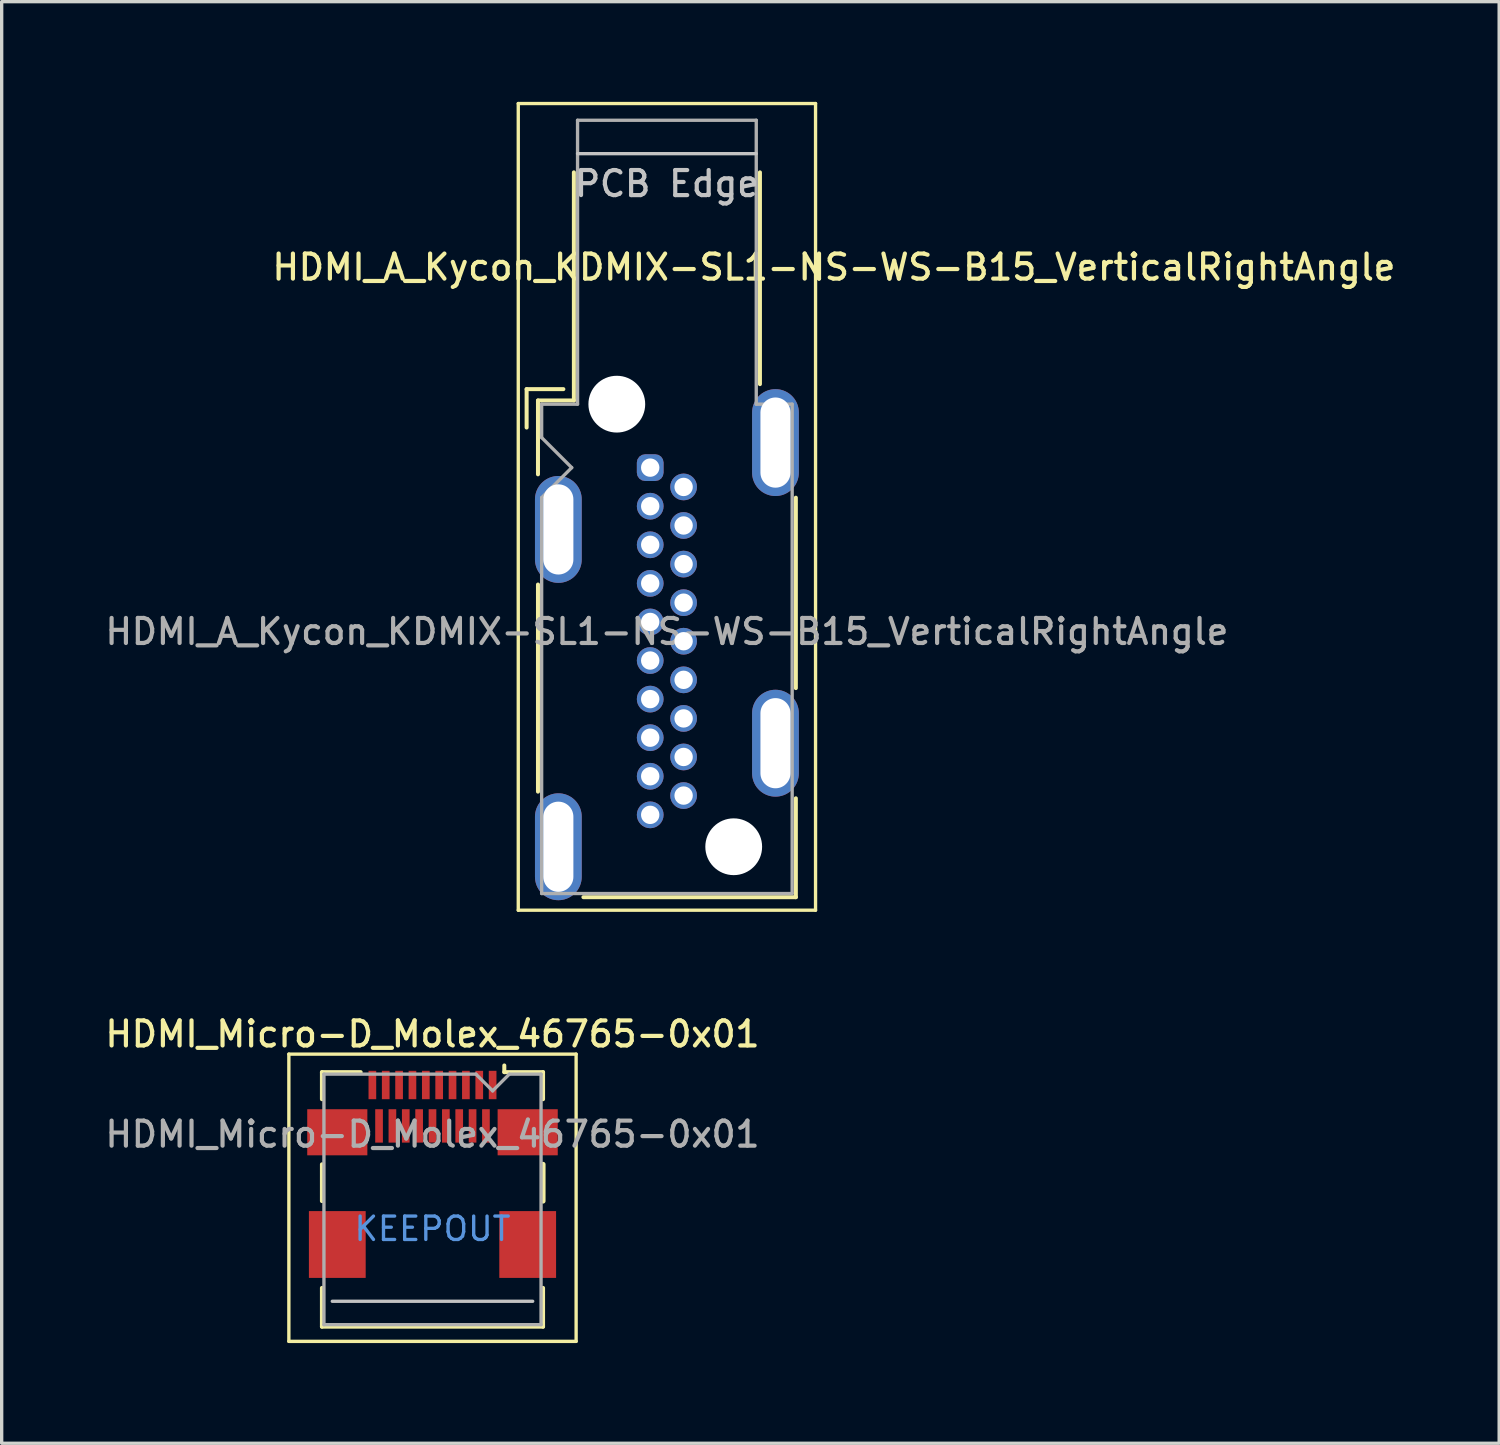
<source format=kicad_pcb>
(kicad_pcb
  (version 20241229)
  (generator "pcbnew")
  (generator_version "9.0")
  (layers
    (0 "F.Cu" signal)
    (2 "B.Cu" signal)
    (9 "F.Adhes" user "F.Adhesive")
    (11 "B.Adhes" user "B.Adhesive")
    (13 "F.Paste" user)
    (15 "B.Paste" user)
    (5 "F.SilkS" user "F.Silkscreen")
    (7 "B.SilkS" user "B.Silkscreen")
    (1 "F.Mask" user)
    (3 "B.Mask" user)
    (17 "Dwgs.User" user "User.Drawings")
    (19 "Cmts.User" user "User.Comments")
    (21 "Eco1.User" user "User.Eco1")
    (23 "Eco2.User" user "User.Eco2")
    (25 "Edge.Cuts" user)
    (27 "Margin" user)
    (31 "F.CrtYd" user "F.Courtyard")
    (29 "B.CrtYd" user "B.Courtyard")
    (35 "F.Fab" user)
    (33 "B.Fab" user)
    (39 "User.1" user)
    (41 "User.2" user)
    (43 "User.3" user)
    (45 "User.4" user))
  (footprint "HDMI_Micro-D_Molex_46765-0x01"
    (layer "F.Cu")
    (at 9.898 34.208)
    (property "Reference" "HDMI_Micro-D_Molex_46765-0x01" (at 0 -6.3 0) (layer "F.SilkS") (effects (font (size 0.75 0.75) (thickness 0.125))))
    (attr smd)
    (fp_line (start -4.3 -5.7) (end -4.3 2.9) (stroke (width 0.1) (type solid)) (layer "F.SilkS"))
    (fp_line (start -4.3 2.9) (end 4.3 2.9) (stroke (width 0.1) (type solid)) (layer "F.SilkS"))
    (fp_line (start -3.31 -5.16) (end -2.15 -5.16) (stroke (width 0.12) (type solid)) (layer "F.SilkS"))
    (fp_line (start -3.31 -4.35) (end -3.31 -5.16) (stroke (width 0.12) (type solid)) (layer "F.SilkS"))
    (fp_line (start -3.31 -1.3) (end -3.31 -2.4) (stroke (width 0.12) (type solid)) (layer "F.SilkS"))
    (fp_line (start -3.31 2.46) (end -3.31 1.3) (stroke (width 0.12) (type solid)) (layer "F.SilkS"))
    (fp_line (start -3.31 2.46) (end 3.31 2.46) (stroke (width 0.12) (type solid)) (layer "F.SilkS"))
    (fp_line (start 2.15 -5.16) (end 2.15 -5.36) (stroke (width 0.12) (type solid)) (layer "F.SilkS"))
    (fp_line (start 2.15 -5.16) (end 3.31 -5.16) (stroke (width 0.12) (type solid)) (layer "F.SilkS"))
    (fp_line (start 3.31 -5.16) (end 3.31 -4.35) (stroke (width 0.12) (type solid)) (layer "F.SilkS"))
    (fp_line (start 3.31 -2.4) (end 3.31 -1.3) (stroke (width 0.15) (type solid)) (layer "F.SilkS"))
    (fp_line (start 3.31 1.3) (end 3.31 2.46) (stroke (width 0.12) (type solid)) (layer "F.SilkS"))
    (fp_line (start 4.3 -5.7) (end -4.3 -5.7) (stroke (width 0.1) (type solid)) (layer "F.SilkS"))
    (fp_line (start 4.3 2.9) (end 4.3 -5.7) (stroke (width 0.1) (type solid)) (layer "F.SilkS"))
    (fp_line (start -3 1.7) (end 3 1.7) (stroke (width 0.1) (type solid)) (layer "Dwgs.User"))
    (fp_line (start -3.25 -5.1) (end 1.3 -5.1) (stroke (width 0.1) (type solid)) (layer "F.Fab"))
    (fp_line (start -3.25 2.4) (end -3.25 -5.1) (stroke (width 0.1) (type solid)) (layer "F.Fab"))
    (fp_line (start 1.8 -4.6) (end 1.3 -5.1) (stroke (width 0.1) (type solid)) (layer "F.Fab"))
    (fp_line (start 1.8 -4.6) (end 2.3 -5.1) (stroke (width 0.1) (type solid)) (layer "F.Fab"))
    (fp_line (start 2.3 -5.1) (end 3.25 -5.1) (stroke (width 0.1) (type solid)) (layer "F.Fab"))
    (fp_line (start 3.25 -5.1) (end 3.25 2.4) (stroke (width 0.1) (type solid)) (layer "F.Fab"))
    (fp_line (start 3.25 2.4) (end -3.25 2.4) (stroke (width 0.1) (type solid)) (layer "F.Fab"))
    (fp_text user "KEEPOUT" (at 0 -0.47 0) (layer "Cmts.User") (effects (font (size 0.7 0.7) (thickness 0.1))))
    (fp_text user "${REFERENCE}" (at 0 -3.3 0) (layer "F.Fab") (effects (font (size 0.75 0.75) (thickness 0.125))))
    (pad "1" smd rect (at 1.8 -4.775) (size 0.23 0.85) (layers "F.Cu" "F.Mask" "F.Paste"))
    (pad "2" smd rect (at 1.6 -3.55) (size 0.23 1) (layers "F.Cu" "F.Mask" "F.Paste"))
    (pad "3" smd rect (at 1.4 -4.775) (size 0.23 0.85) (layers "F.Cu" "F.Mask" "F.Paste"))
    (pad "4" smd rect (at 1.2 -3.55) (size 0.23 1) (layers "F.Cu" "F.Mask" "F.Paste"))
    (pad "5" smd rect (at 1 -4.775) (size 0.23 0.85) (layers "F.Cu" "F.Mask" "F.Paste"))
    (pad "6" smd rect (at 0.8 -3.55) (size 0.23 1) (layers "F.Cu" "F.Mask" "F.Paste"))
    (pad "7" smd rect (at 0.6 -4.775) (size 0.23 0.85) (layers "F.Cu" "F.Mask" "F.Paste"))
    (pad "8" smd rect (at 0.4 -3.55) (size 0.23 1) (layers "F.Cu" "F.Mask" "F.Paste"))
    (pad "9" smd rect (at 0.2 -4.775) (size 0.23 0.85) (layers "F.Cu" "F.Mask" "F.Paste"))
    (pad "10" smd rect (at 0 -3.55) (size 0.23 1) (layers "F.Cu" "F.Mask" "F.Paste"))
    (pad "11" smd rect (at -0.2 -4.775) (size 0.23 0.85) (layers "F.Cu" "F.Mask" "F.Paste"))
    (pad "12" smd rect (at -0.4 -3.55) (size 0.23 1) (layers "F.Cu" "F.Mask" "F.Paste"))
    (pad "13" smd rect (at -0.6 -4.775) (size 0.23 0.85) (layers "F.Cu" "F.Mask" "F.Paste"))
    (pad "14" smd rect (at -0.8 -3.55) (size 0.23 1) (layers "F.Cu" "F.Mask" "F.Paste"))
    (pad "15" smd rect (at -1 -4.775) (size 0.23 0.85) (layers "F.Cu" "F.Mask" "F.Paste"))
    (pad "16" smd rect (at -1.2 -3.55) (size 0.23 1) (layers "F.Cu" "F.Mask" "F.Paste"))
    (pad "17" smd rect (at -1.4 -4.775) (size 0.23 0.85) (layers "F.Cu" "F.Mask" "F.Paste"))
    (pad "18" smd rect (at -1.6 -3.55) (size 0.23 1) (layers "F.Cu" "F.Mask" "F.Paste"))
    (pad "19" smd rect (at -1.8 -4.775) (size 0.23 0.85) (layers "F.Cu" "F.Mask" "F.Paste"))
    (pad "SH" smd rect (at -2.85 -3.36) (size 1.8 1.38) (layers "F.Cu" "F.Mask" "F.Paste"))
    (pad "SH" smd rect (at -2.85 0) (size 1.7 2) (layers "F.Cu" "F.Mask" "F.Paste"))
    (pad "SH" smd rect (at 2.85 -3.36) (size 1.8 1.38) (layers "F.Cu" "F.Mask" "F.Paste"))
    (pad "SH" smd rect (at 2.85 0) (size 1.7 2) (layers "F.Cu" "F.Mask" "F.Paste"))
    (zone (net_name "") (layer "F.Cu") (hatch full 0.508) (connect_pads) (min_thickness 0.254) (filled_areas_thickness no) (keepout (tracks not_allowed) (vias not_allowed) (pads not_allowed) (copperpour allowed) (footprints allowed)) (placement (enabled no)) (fill) (polygon (pts (xy 12.248 33.208) (xy 11.898 33.208) (xy 11.898 35.208) (xy 12.248 35.208) (xy 12.248 35.908) (xy 7.548 35.908) (xy 7.548 35.208) (xy 7.898 35.208) (xy 7.898 33.208) (xy 7.548 33.208) (xy 7.548 31.748) (xy 12.248 31.748)))))
  (footprint "HDMI_A_Kycon_KDMIX-SL1-NS-WS-B15_VerticalRightAngle"
    (layer "F.Cu")
    (at 16.416 10.95)
    (property "Reference" "HDMI_A_Kycon_KDMIX-SL1-NS-WS-B15_VerticalRightAngle" (at 5.5 -6 180) (layer "F.SilkS") (effects (font (size 0.75 0.75) (thickness 0.125))))
    (attr through_hole)
    (fp_line (start -3.95 13.25) (end -3.95 -10.9) (stroke (width 0.1) (type solid)) (layer "F.SilkS"))
    (fp_line (start -3.7 -2.35) (end -3.7 -1.2) (stroke (width 0.12) (type default)) (layer "F.SilkS"))
    (fp_line (start -3.7 -2.35) (end -2.6 -2.35) (stroke (width 0.12) (type default)) (layer "F.SilkS"))
    (fp_line (start -3.36 -2.01) (end -3.36 0.2) (stroke (width 0.12) (type solid)) (layer "F.SilkS"))
    (fp_line (start -3.36 9.7) (end -3.36 3.5) (stroke (width 0.12) (type solid)) (layer "F.SilkS"))
    (fp_line (start -2.285 -8.84) (end -2.285 -2.01) (stroke (width 0.12) (type solid)) (layer "F.SilkS"))
    (fp_line (start -2.285 -2.01) (end -3.36 -2.01) (stroke (width 0.12) (type solid)) (layer "F.SilkS"))
    (fp_line (start 3.285 -8.84) (end 3.285 -2.5) (stroke (width 0.12) (type solid)) (layer "F.SilkS"))
    (fp_line (start 4.36 6.6) (end 4.36 0.9) (stroke (width 0.12) (type solid)) (layer "F.SilkS"))
    (fp_line (start 4.36 12.86) (end -2 12.86) (stroke (width 0.12) (type solid)) (layer "F.SilkS"))
    (fp_line (start 4.36 12.86) (end 4.36 9.9) (stroke (width 0.12) (type solid)) (layer "F.SilkS"))
    (fp_line (start 4.95 -10.9) (end -3.95 -10.9) (stroke (width 0.1) (type solid)) (layer "F.SilkS"))
    (fp_line (start 4.95 -10.9) (end 4.95 13.25) (stroke (width 0.1) (type solid)) (layer "F.SilkS"))
    (fp_line (start 4.95 13.25) (end -3.95 13.25) (stroke (width 0.1) (type solid)) (layer "F.SilkS"))
    (fp_line (start 3.175 -9.4) (end -2.175 -9.4) (stroke (width 0.1) (type solid)) (layer "Dwgs.User"))
    (fp_line (start -3.25 -0.9) (end -3.25 -1.9) (stroke (width 0.1) (type default)) (layer "F.Fab"))
    (fp_line (start -3.25 -0.9) (end -2.35 0) (stroke (width 0.1) (type default)) (layer "F.Fab"))
    (fp_line (start -3.25 0.9) (end -3.25 12.75) (stroke (width 0.1) (type solid)) (layer "F.Fab"))
    (fp_line (start -2.35 0) (end -3.25 0.9) (stroke (width 0.1) (type default)) (layer "F.Fab"))
    (fp_line (start -2.175 -10.4) (end -2.175 -1.9) (stroke (width 0.1) (type solid)) (layer "F.Fab"))
    (fp_line (start -2.175 -1.9) (end -3.25 -1.9) (stroke (width 0.1) (type solid)) (layer "F.Fab"))
    (fp_line (start 3.175 -10.4) (end -2.175 -10.4) (stroke (width 0.1) (type solid)) (layer "F.Fab"))
    (fp_line (start 3.175 -1.9) (end 3.175 -10.4) (stroke (width 0.1) (type solid)) (layer "F.Fab"))
    (fp_line (start 3.175 -1.9) (end 4.25 -1.9) (stroke (width 0.1) (type solid)) (layer "F.Fab"))
    (fp_line (start 4.25 12.75) (end -3.25 12.75) (stroke (width 0.1) (type solid)) (layer "F.Fab"))
    (fp_line (start 4.25 12.75) (end 4.25 -1.9) (stroke (width 0.1) (type solid)) (layer "F.Fab"))
    (fp_text user "PCB Edge" (at 0.5 -8.5 180) (layer "Dwgs.User") (effects (font (size 0.75 0.75) (thickness 0.125))))
    (fp_text user "${REFERENCE}" (at 0.5 4.909 180) (layer "F.Fab") (effects (font (size 0.75 0.75) (thickness 0.125))))
    (pad "" np_thru_hole circle (at -1 -1.9 180) (size 1.7 1.7) (drill 1.7) (layers "*.Cu" "*.Mask"))
    (pad "" np_thru_hole circle (at 2.5 11.35 180) (size 1.7 1.7) (drill 1.7) (layers "*.Cu" "*.Mask"))
    (pad "1" thru_hole roundrect (at 0 0 180) (size 0.8 0.8) (drill 0.55) (layers "*.Cu" "*.Mask") (roundrect_rratio 0.312))
    (pad "2" thru_hole circle (at 1 0.578 180) (size 0.8 0.8) (drill 0.55) (layers "*.Cu" "*.Mask"))
    (pad "3" thru_hole circle (at 0 1.155 180) (size 0.8 0.8) (drill 0.55) (layers "*.Cu" "*.Mask"))
    (pad "4" thru_hole circle (at 1 1.732 180) (size 0.8 0.8) (drill 0.55) (layers "*.Cu" "*.Mask"))
    (pad "5" thru_hole circle (at 0 2.31 180) (size 0.8 0.8) (drill 0.55) (layers "*.Cu" "*.Mask"))
    (pad "6" thru_hole circle (at 1 2.888 180) (size 0.8 0.8) (drill 0.55) (layers "*.Cu" "*.Mask"))
    (pad "7" thru_hole circle (at 0 3.465 180) (size 0.8 0.8) (drill 0.55) (layers "*.Cu" "*.Mask"))
    (pad "8" thru_hole circle (at 1 4.043 180) (size 0.8 0.8) (drill 0.55) (layers "*.Cu" "*.Mask"))
    (pad "9" thru_hole circle (at 0 4.62 180) (size 0.8 0.8) (drill 0.55) (layers "*.Cu" "*.Mask"))
    (pad "10" thru_hole circle (at 1 5.197 180) (size 0.8 0.8) (drill 0.55) (layers "*.Cu" "*.Mask"))
    (pad "11" thru_hole circle (at 0 5.775 180) (size 0.8 0.8) (drill 0.55) (layers "*.Cu" "*.Mask"))
    (pad "12" thru_hole circle (at 1 6.353 180) (size 0.8 0.8) (drill 0.55) (layers "*.Cu" "*.Mask"))
    (pad "13" thru_hole circle (at 0 6.93 180) (size 0.8 0.8) (drill 0.55) (layers "*.Cu" "*.Mask"))
    (pad "14" thru_hole circle (at 1 7.508 180) (size 0.8 0.8) (drill 0.55) (layers "*.Cu" "*.Mask"))
    (pad "15" thru_hole circle (at 0 8.085 180) (size 0.8 0.8) (drill 0.55) (layers "*.Cu" "*.Mask"))
    (pad "16" thru_hole circle (at 1 8.662 180) (size 0.8 0.8) (drill 0.55) (layers "*.Cu" "*.Mask"))
    (pad "17" thru_hole circle (at 0 9.24 180) (size 0.8 0.8) (drill 0.55) (layers "*.Cu" "*.Mask"))
    (pad "18" thru_hole circle (at 1 9.818 180) (size 0.8 0.8) (drill 0.55) (layers "*.Cu" "*.Mask"))
    (pad "19" thru_hole circle (at 0 10.395 180) (size 0.8 0.8) (drill 0.55) (layers "*.Cu" "*.Mask"))
    (pad "SH" thru_hole oval (at -2.75 1.85 180) (size 1.4 3.2) (drill oval 0.9 2.7) (layers "*.Cu" "*.Mask"))
    (pad "SH" thru_hole oval (at -2.75 11.35 180) (size 1.4 3.2) (drill oval 0.9 2.7) (layers "*.Cu" "*.Mask"))
    (pad "SH" thru_hole oval (at 3.75 -0.75 180) (size 1.4 3.2) (drill oval 0.9 2.7) (layers "*.Cu" "*.Mask"))
    (pad "SH" thru_hole oval (at 3.75 8.25 180) (size 1.4 3.2) (drill oval 0.9 2.7) (layers "*.Cu" "*.Mask")))
  (gr_rect
    (start -3 -3)
    (end 41.832 40.158)
    (stroke (width 0.1) (type default))
    (fill no)
    (layer "Edge.Cuts")))
</source>
